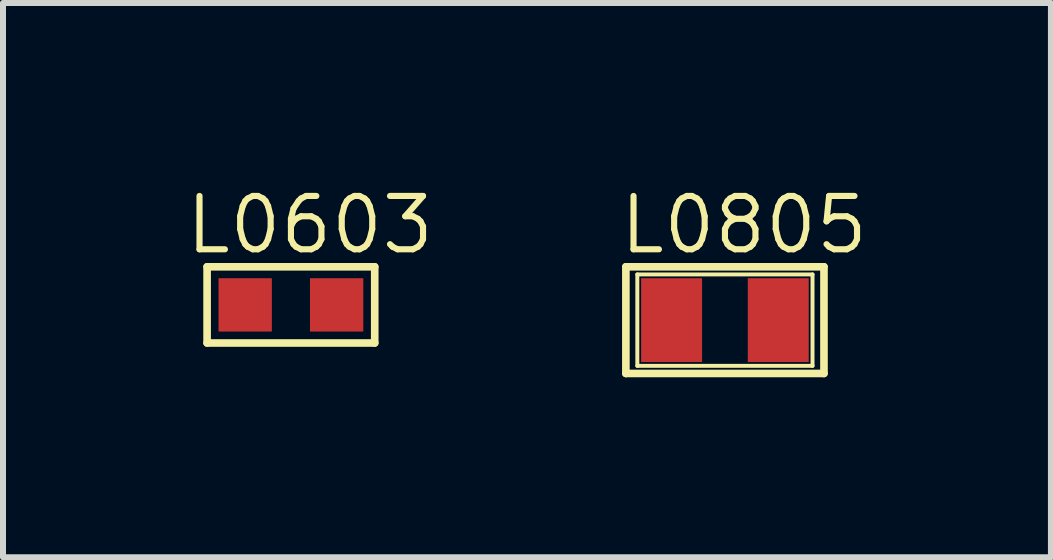
<source format=kicad_pcb>
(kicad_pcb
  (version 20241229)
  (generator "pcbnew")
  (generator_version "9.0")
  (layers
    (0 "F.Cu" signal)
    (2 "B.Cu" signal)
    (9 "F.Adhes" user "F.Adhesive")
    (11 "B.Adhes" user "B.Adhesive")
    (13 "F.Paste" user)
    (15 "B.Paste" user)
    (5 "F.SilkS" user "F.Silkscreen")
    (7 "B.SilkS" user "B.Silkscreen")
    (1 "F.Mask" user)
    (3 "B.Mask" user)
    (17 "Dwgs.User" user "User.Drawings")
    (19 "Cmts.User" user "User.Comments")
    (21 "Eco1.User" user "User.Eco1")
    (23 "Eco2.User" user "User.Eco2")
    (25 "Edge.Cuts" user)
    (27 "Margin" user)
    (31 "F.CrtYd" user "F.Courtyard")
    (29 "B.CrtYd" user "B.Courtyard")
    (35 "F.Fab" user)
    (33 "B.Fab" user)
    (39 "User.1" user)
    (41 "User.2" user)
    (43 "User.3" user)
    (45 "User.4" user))
  (footprint "L0603"
    (layer "F.Cu")
    (at 1.799 2.032)
    (property "Reference" "L0603" (at 0.318 -1.333 0) (layer "F.SilkS") (effects (font (size 0.889 0.889) (thickness 0.102))))
    (attr smd)
    (fp_line (start -1.397 -0.635) (end 1.397 -0.635) (stroke (width 0.127) (type solid)) (layer "F.SilkS"))
    (fp_line (start -1.397 0.635) (end -1.397 -0.635) (stroke (width 0.127) (type solid)) (layer "F.SilkS"))
    (fp_line (start 1.397 -0.635) (end 1.397 0.635) (stroke (width 0.127) (type solid)) (layer "F.SilkS"))
    (fp_line (start 1.397 0.635) (end -1.397 0.635) (stroke (width 0.127) (type solid)) (layer "F.SilkS"))
    (pad "1" smd rect (at -0.762 0) (size 0.889 0.889) (layers "F.Cu" "F.Mask" "F.Paste"))
    (pad "2" smd rect (at 0.762 0) (size 0.889 0.889) (layers "F.Cu" "F.Mask" "F.Paste")))
  (footprint "L0805"
    (layer "F.Cu")
    (at 9.033 2.286)
    (property "Reference" "L0805" (at 0.318 -1.587 0) (layer "F.SilkS") (effects (font (size 0.889 0.889) (thickness 0.102))))
    (attr smd)
    (fp_line (start -1.651 -0.889) (end 1.651 -0.889) (stroke (width 0.127) (type solid)) (layer "F.SilkS"))
    (fp_line (start -1.651 0.889) (end -1.651 -0.889) (stroke (width 0.127) (type solid)) (layer "F.SilkS"))
    (fp_line (start -1.46 -0.762) (end 1.46 -0.762) (stroke (width 0.066) (type solid)) (layer "F.SilkS"))
    (fp_line (start -1.46 0.762) (end -1.46 -0.762) (stroke (width 0.066) (type solid)) (layer "F.SilkS"))
    (fp_line (start -1.46 0.762) (end 1.46 0.762) (stroke (width 0.066) (type solid)) (layer "F.SilkS"))
    (fp_line (start 1.46 0.762) (end 1.46 -0.762) (stroke (width 0.066) (type solid)) (layer "F.SilkS"))
    (fp_line (start 1.651 -0.889) (end 1.651 0.889) (stroke (width 0.127) (type solid)) (layer "F.SilkS"))
    (fp_line (start 1.651 0.889) (end -1.651 0.889) (stroke (width 0.127) (type solid)) (layer "F.SilkS"))
    (pad "1" smd rect (at -0.889 0) (size 1.016 1.397) (layers "F.Cu" "F.Mask" "F.Paste"))
    (pad "2" smd rect (at 0.889 0) (size 1.016 1.397) (layers "F.Cu" "F.Mask" "F.Paste")))
  (gr_rect
    (start -3 -3)
    (end 14.467 6.238)
    (stroke (width 0.1) (type default))
    (fill no)
    (layer "Edge.Cuts")))
</source>
